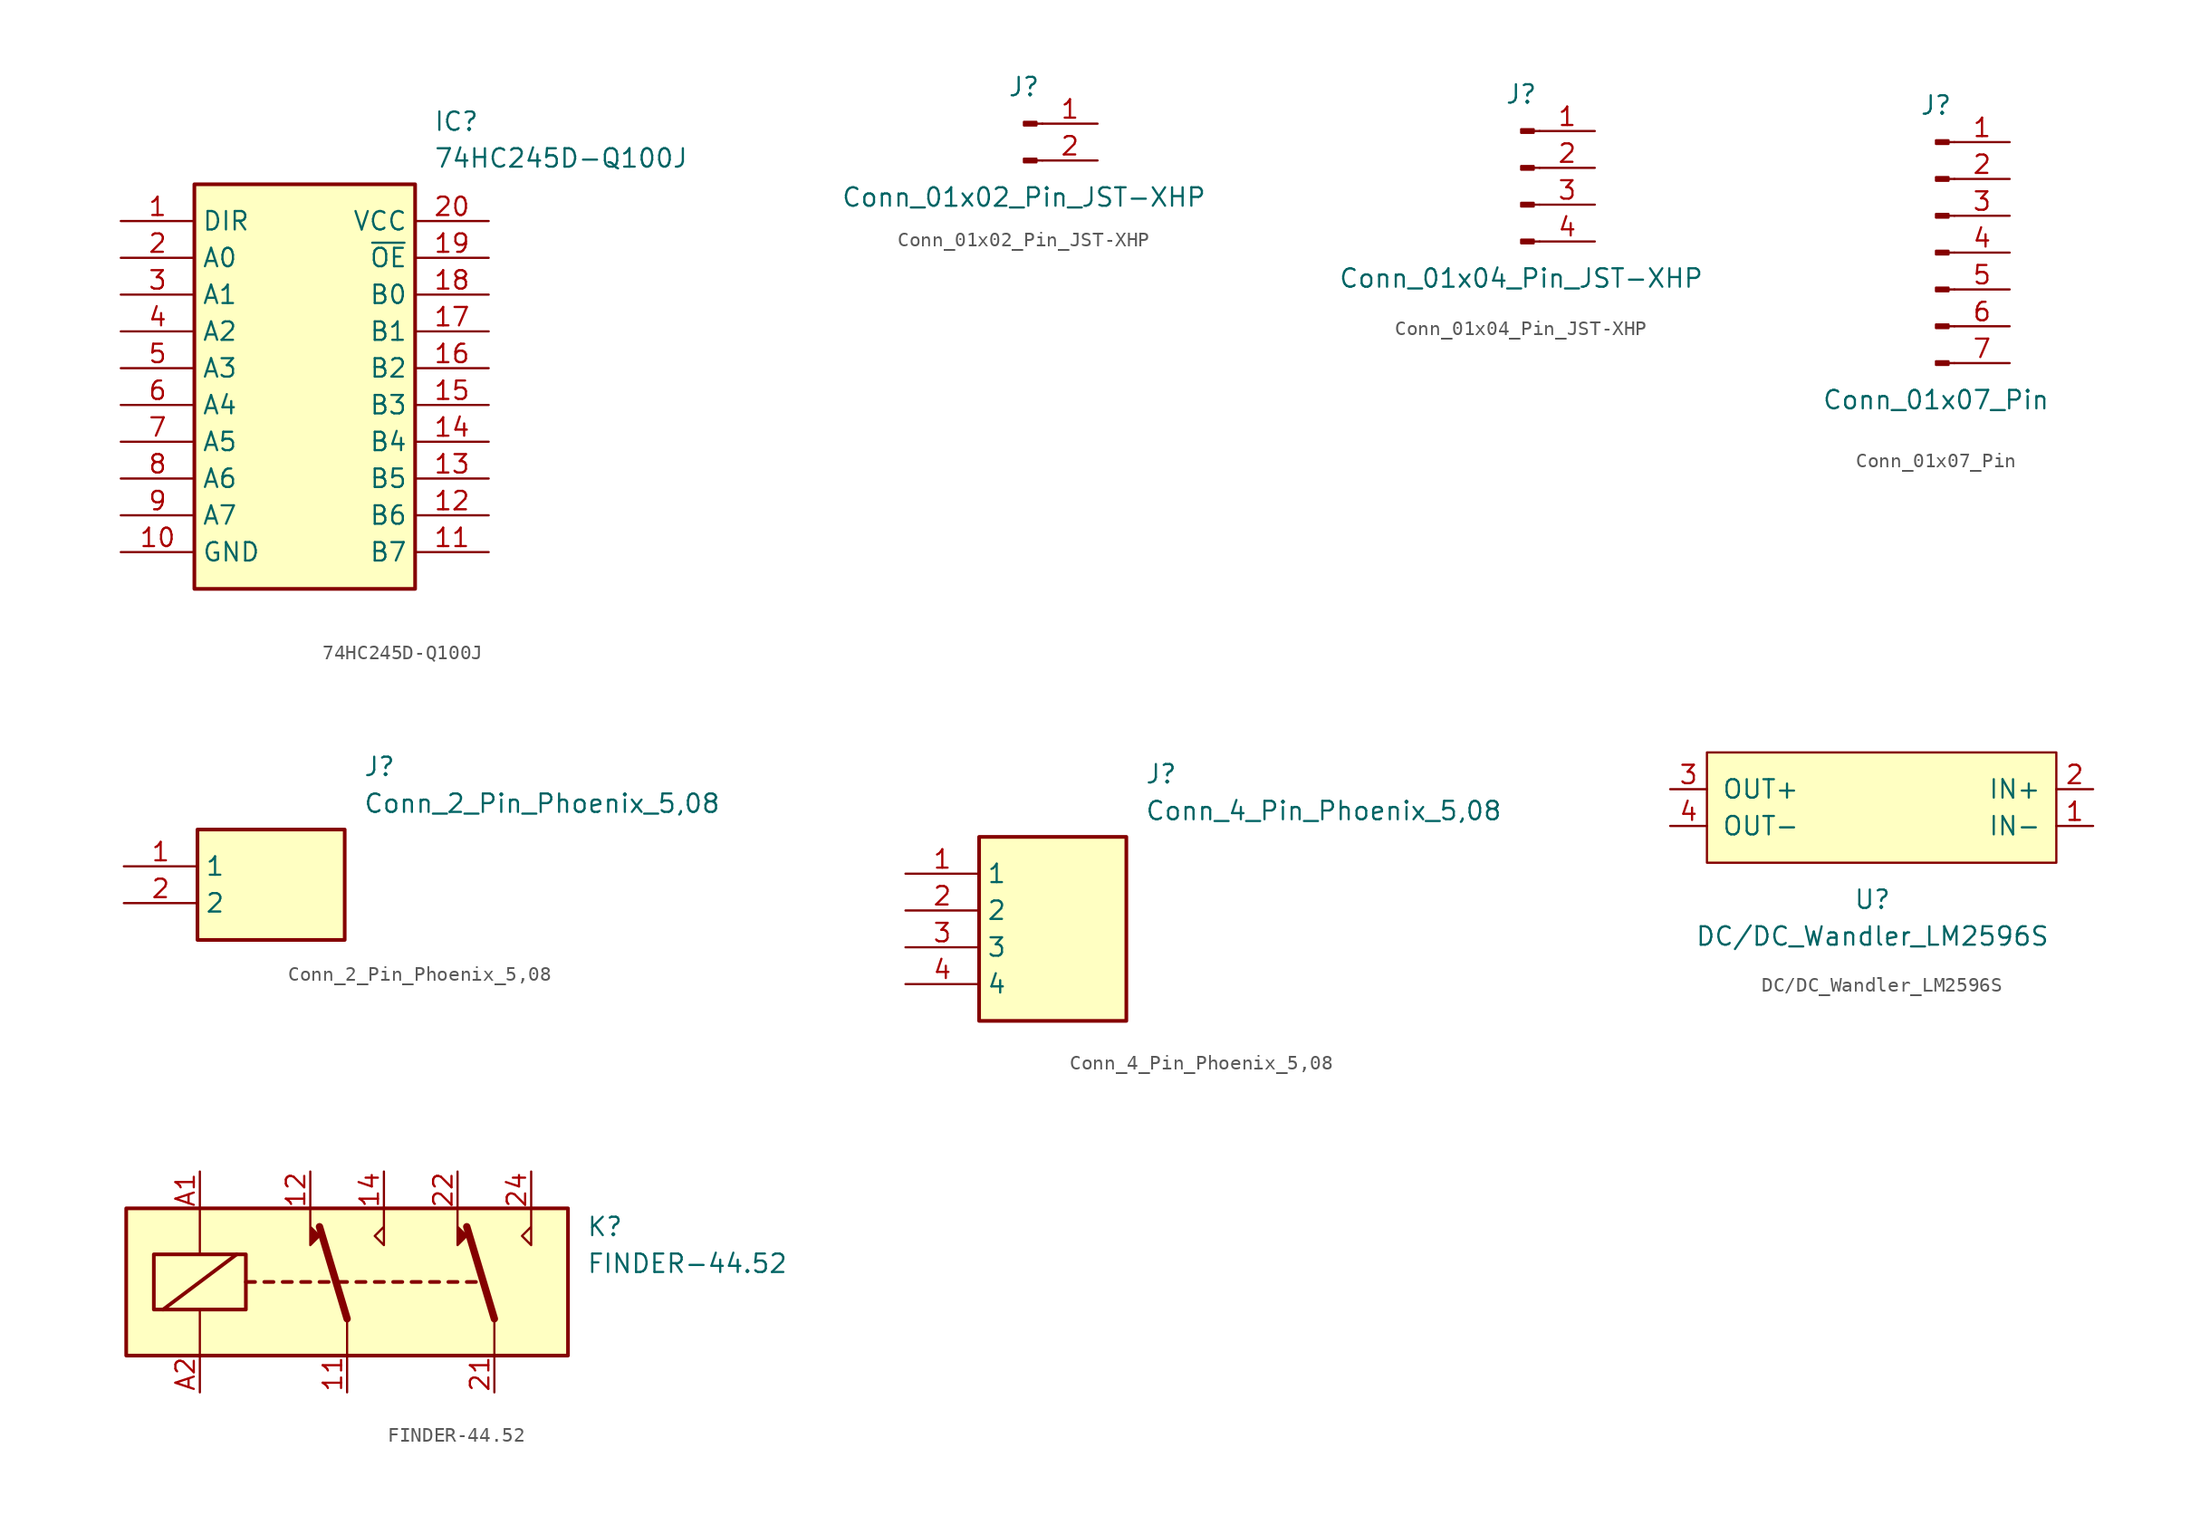
<source format=kicad_sym>
(kicad_symbol_lib
  (version 20220914)
  (generator kicad_symbol_editor)
  (symbol "74HC245D-Q100J"
    (property "Reference" "IC"
      (at 21.59 7.62 0)
      (effects (font (size 1.27 1.27)) (justify left top)))
    (property "Value" "74HC245D-Q100J"
      (at 21.59 5.08 0)
      (effects (font (size 1.27 1.27)) (justify left top)))
    (symbol "74HC245D-Q100J_1_1"
      (rectangle (start 5.08 2.54) (end 20.32 -25.4) (stroke (width 0.254) (type default)) (fill (type background)))
      (pin passive line (at 0 0 0) (length 5.08) (name "DIR" (effects (font (size 1.27 1.27)))) (number "1" (effects (font (size 1.27 1.27)))))
      (pin passive line (at 0 -22.86 0) (length 5.08) (name "GND" (effects (font (size 1.27 1.27)))) (number "10" (effects (font (size 1.27 1.27)))))
      (pin passive line (at 25.4 -22.86 180) (length 5.08) (name "B7" (effects (font (size 1.27 1.27)))) (number "11" (effects (font (size 1.27 1.27)))))
      (pin passive line (at 25.4 -20.32 180) (length 5.08) (name "B6" (effects (font (size 1.27 1.27)))) (number "12" (effects (font (size 1.27 1.27)))))
      (pin passive line (at 25.4 -17.78 180) (length 5.08) (name "B5" (effects (font (size 1.27 1.27)))) (number "13" (effects (font (size 1.27 1.27)))))
      (pin passive line (at 25.4 -15.24 180) (length 5.08) (name "B4" (effects (font (size 1.27 1.27)))) (number "14" (effects (font (size 1.27 1.27)))))
      (pin passive line (at 25.4 -12.7 180) (length 5.08) (name "B3" (effects (font (size 1.27 1.27)))) (number "15" (effects (font (size 1.27 1.27)))))
      (pin passive line (at 25.4 -10.16 180) (length 5.08) (name "B2" (effects (font (size 1.27 1.27)))) (number "16" (effects (font (size 1.27 1.27)))))
      (pin passive line (at 25.4 -7.62 180) (length 5.08) (name "B1" (effects (font (size 1.27 1.27)))) (number "17" (effects (font (size 1.27 1.27)))))
      (pin passive line (at 25.4 -5.08 180) (length 5.08) (name "B0" (effects (font (size 1.27 1.27)))) (number "18" (effects (font (size 1.27 1.27)))))
      (pin passive line (at 25.4 -2.54 180) (length 5.08) (name "~{OE}" (effects (font (size 1.27 1.27)))) (number "19" (effects (font (size 1.27 1.27)))))
      (pin passive line (at 0 -2.54 0) (length 5.08) (name "A0" (effects (font (size 1.27 1.27)))) (number "2" (effects (font (size 1.27 1.27)))))
      (pin passive line (at 25.4 0 180) (length 5.08) (name "VCC" (effects (font (size 1.27 1.27)))) (number "20" (effects (font (size 1.27 1.27)))))
      (pin passive line (at 0 -5.08 0) (length 5.08) (name "A1" (effects (font (size 1.27 1.27)))) (number "3" (effects (font (size 1.27 1.27)))))
      (pin passive line (at 0 -7.62 0) (length 5.08) (name "A2" (effects (font (size 1.27 1.27)))) (number "4" (effects (font (size 1.27 1.27)))))
      (pin passive line (at 0 -10.16 0) (length 5.08) (name "A3" (effects (font (size 1.27 1.27)))) (number "5" (effects (font (size 1.27 1.27)))))
      (pin passive line (at 0 -12.7 0) (length 5.08) (name "A4" (effects (font (size 1.27 1.27)))) (number "6" (effects (font (size 1.27 1.27)))))
      (pin passive line (at 0 -15.24 0) (length 5.08) (name "A5" (effects (font (size 1.27 1.27)))) (number "7" (effects (font (size 1.27 1.27)))))
      (pin passive line (at 0 -17.78 0) (length 5.08) (name "A6" (effects (font (size 1.27 1.27)))) (number "8" (effects (font (size 1.27 1.27)))))
      (pin passive line (at 0 -20.32 0) (length 5.08) (name "A7" (effects (font (size 1.27 1.27)))) (number "9" (effects (font (size 1.27 1.27)))))))
  (symbol "Conn_01x02_Pin_JST-XHP"
    (pin_names
      (offset 1.016) hide)
    (property "Reference" "J"
      (at 0 2.54 0)
      (effects (font (size 1.27 1.27))))
    (property "Value" "Conn_01x02_Pin_JST-XHP"
      (at 0 -5.08 0)
      (effects (font (size 1.27 1.27))))
    (symbol "Conn_01x02_Pin_JST-XHP_1_1"
      (polyline (pts (xy 1.27 -2.54) (xy 0.864 -2.54)) (stroke (width 0.152) (type default)) (fill (type none)))
      (polyline (pts (xy 1.27 0) (xy 0.864 0)) (stroke (width 0.152) (type default)) (fill (type none)))
      (rectangle (start 0.864 -2.413) (end 0 -2.667) (stroke (width 0.152) (type default)) (fill (type outline)))
      (rectangle (start 0.864 0.127) (end 0 -0.127) (stroke (width 0.152) (type default)) (fill (type outline)))
      (pin passive line (at 5.08 0 180) (length 3.81) (name "Pin_1" (effects (font (size 1.27 1.27)))) (number "1" (effects (font (size 1.27 1.27)))))
      (pin passive line (at 5.08 -2.54 180) (length 3.81) (name "Pin_2" (effects (font (size 1.27 1.27)))) (number "2" (effects (font (size 1.27 1.27)))))))
  (symbol "Conn_01x04_Pin_JST-XHP"
    (pin_names
      (offset 1.016) hide)
    (property "Reference" "J"
      (at 0 5.08 0)
      (effects (font (size 1.27 1.27))))
    (property "Value" "Conn_01x04_Pin_JST-XHP"
      (at 0 -7.62 0)
      (effects (font (size 1.27 1.27))))
    (symbol "Conn_01x04_Pin_JST-XHP_1_1"
      (polyline (pts (xy 1.27 -5.08) (xy 0.864 -5.08)) (stroke (width 0.152) (type default)) (fill (type none)))
      (polyline (pts (xy 1.27 -2.54) (xy 0.864 -2.54)) (stroke (width 0.152) (type default)) (fill (type none)))
      (polyline (pts (xy 1.27 0) (xy 0.864 0)) (stroke (width 0.152) (type default)) (fill (type none)))
      (polyline (pts (xy 1.27 2.54) (xy 0.864 2.54)) (stroke (width 0.152) (type default)) (fill (type none)))
      (rectangle (start 0.864 -4.953) (end 0 -5.207) (stroke (width 0.152) (type default)) (fill (type outline)))
      (rectangle (start 0.864 -2.413) (end 0 -2.667) (stroke (width 0.152) (type default)) (fill (type outline)))
      (rectangle (start 0.864 0.127) (end 0 -0.127) (stroke (width 0.152) (type default)) (fill (type outline)))
      (rectangle (start 0.864 2.667) (end 0 2.413) (stroke (width 0.152) (type default)) (fill (type outline)))
      (pin passive line (at 5.08 2.54 180) (length 3.81) (name "Pin_1" (effects (font (size 1.27 1.27)))) (number "1" (effects (font (size 1.27 1.27)))))
      (pin passive line (at 5.08 0 180) (length 3.81) (name "Pin_2" (effects (font (size 1.27 1.27)))) (number "2" (effects (font (size 1.27 1.27)))))
      (pin passive line (at 5.08 -2.54 180) (length 3.81) (name "Pin_3" (effects (font (size 1.27 1.27)))) (number "3" (effects (font (size 1.27 1.27)))))
      (pin passive line (at 5.08 -5.08 180) (length 3.81) (name "Pin_4" (effects (font (size 1.27 1.27)))) (number "4" (effects (font (size 1.27 1.27)))))))
  (symbol "Conn_01x07_Pin"
    (pin_names
      (offset 1.016) hide)
    (property "Reference" "J"
      (at 0 10.16 0)
      (effects (font (size 1.27 1.27))))
    (property "Value" "Conn_01x07_Pin"
      (at 0 -10.16 0)
      (effects (font (size 1.27 1.27))))
    (symbol "Conn_01x07_Pin_1_1"
      (polyline (pts (xy 1.27 -7.62) (xy 0.864 -7.62)) (stroke (width 0.152) (type default)) (fill (type none)))
      (polyline (pts (xy 1.27 -5.08) (xy 0.864 -5.08)) (stroke (width 0.152) (type default)) (fill (type none)))
      (polyline (pts (xy 1.27 -2.54) (xy 0.864 -2.54)) (stroke (width 0.152) (type default)) (fill (type none)))
      (polyline (pts (xy 1.27 0) (xy 0.864 0)) (stroke (width 0.152) (type default)) (fill (type none)))
      (polyline (pts (xy 1.27 2.54) (xy 0.864 2.54)) (stroke (width 0.152) (type default)) (fill (type none)))
      (polyline (pts (xy 1.27 5.08) (xy 0.864 5.08)) (stroke (width 0.152) (type default)) (fill (type none)))
      (polyline (pts (xy 1.27 7.62) (xy 0.864 7.62)) (stroke (width 0.152) (type default)) (fill (type none)))
      (rectangle (start 0.864 -7.493) (end 0 -7.747) (stroke (width 0.152) (type default)) (fill (type outline)))
      (rectangle (start 0.864 -4.953) (end 0 -5.207) (stroke (width 0.152) (type default)) (fill (type outline)))
      (rectangle (start 0.864 -2.413) (end 0 -2.667) (stroke (width 0.152) (type default)) (fill (type outline)))
      (rectangle (start 0.864 0.127) (end 0 -0.127) (stroke (width 0.152) (type default)) (fill (type outline)))
      (rectangle (start 0.864 2.667) (end 0 2.413) (stroke (width 0.152) (type default)) (fill (type outline)))
      (rectangle (start 0.864 5.207) (end 0 4.953) (stroke (width 0.152) (type default)) (fill (type outline)))
      (rectangle (start 0.864 7.747) (end 0 7.493) (stroke (width 0.152) (type default)) (fill (type outline)))
      (pin passive line (at 5.08 7.62 180) (length 3.81) (name "Pin_1" (effects (font (size 1.27 1.27)))) (number "1" (effects (font (size 1.27 1.27)))))
      (pin passive line (at 5.08 5.08 180) (length 3.81) (name "Pin_2" (effects (font (size 1.27 1.27)))) (number "2" (effects (font (size 1.27 1.27)))))
      (pin passive line (at 5.08 2.54 180) (length 3.81) (name "Pin_3" (effects (font (size 1.27 1.27)))) (number "3" (effects (font (size 1.27 1.27)))))
      (pin passive line (at 5.08 0 180) (length 3.81) (name "Pin_4" (effects (font (size 1.27 1.27)))) (number "4" (effects (font (size 1.27 1.27)))))
      (pin passive line (at 5.08 -2.54 180) (length 3.81) (name "Pin_5" (effects (font (size 1.27 1.27)))) (number "5" (effects (font (size 1.27 1.27)))))
      (pin passive line (at 5.08 -5.08 180) (length 3.81) (name "Pin_6" (effects (font (size 1.27 1.27)))) (number "6" (effects (font (size 1.27 1.27)))))
      (pin passive line (at 5.08 -7.62 180) (length 3.81) (name "Pin_7" (effects (font (size 1.27 1.27)))) (number "7" (effects (font (size 1.27 1.27)))))))
  (symbol "Conn_2_Pin_Phoenix_5,08"
    (property "Reference" "J"
      (at 16.51 7.62 0)
      (effects (font (size 1.27 1.27)) (justify left top)))
    (property "Value" "Conn_2_Pin_Phoenix_5,08"
      (at 16.51 5.08 0)
      (effects (font (size 1.27 1.27)) (justify left top)))
    (symbol "Conn_2_Pin_Phoenix_5,08_1_1"
      (rectangle (start 5.08 2.54) (end 15.24 -5.08) (stroke (width 0.254) (type default)) (fill (type background)))
      (pin passive line (at 0 0 0) (length 5.08) (name "1" (effects (font (size 1.27 1.27)))) (number "1" (effects (font (size 1.27 1.27)))))
      (pin passive line (at 0 -2.54 0) (length 5.08) (name "2" (effects (font (size 1.27 1.27)))) (number "2" (effects (font (size 1.27 1.27)))))))
  (symbol "Conn_4_Pin_Phoenix_5,08"
    (property "Reference" "J"
      (at 16.51 7.62 0)
      (effects (font (size 1.27 1.27)) (justify left top)))
    (property "Value" "Conn_4_Pin_Phoenix_5,08"
      (at 16.51 5.08 0)
      (effects (font (size 1.27 1.27)) (justify left top)))
    (symbol "Conn_4_Pin_Phoenix_5,08_1_1"
      (rectangle (start 5.08 2.54) (end 15.24 -10.16) (stroke (width 0.254) (type default)) (fill (type background)))
      (pin passive line (at 0 0 0) (length 5.08) (name "1" (effects (font (size 1.27 1.27)))) (number "1" (effects (font (size 1.27 1.27)))))
      (pin passive line (at 0 -2.54 0) (length 5.08) (name "2" (effects (font (size 1.27 1.27)))) (number "2" (effects (font (size 1.27 1.27)))))
      (pin passive line (at 0 -5.08 0) (length 5.08) (name "3" (effects (font (size 1.27 1.27)))) (number "3" (effects (font (size 1.27 1.27)))))
      (pin passive line (at 0 -7.62 0) (length 5.08) (name "4" (effects (font (size 1.27 1.27)))) (number "4" (effects (font (size 1.27 1.27)))))))
  (symbol "DC/DC_Wandler_LM2596S"
    (pin_names
      (offset 1.016))
    (property "Reference" "U"
      (at 0 0 0)
      (effects (font (size 1.27 1.27))))
    (property "Value" "DC/DC_Wandler_LM2596S"
      (at 0 -2.54 0)
      (effects (font (size 1.27 1.27))))
    (symbol "DC/DC_Wandler_LM2596S_1_1"
      (rectangle (start -11.43 10.16) (end 12.7 2.54) (stroke (width 0) (type solid)) (fill (type background)))
      (pin power_in line (at 15.24 5.08 180) (length 2.54) (name "IN-" (effects (font (size 1.27 1.27)))) (number "1" (effects (font (size 1.27 1.27)))))
      (pin power_in line (at 15.24 7.62 180) (length 2.54) (name "IN+" (effects (font (size 1.27 1.27)))) (number "2" (effects (font (size 1.27 1.27)))))
      (pin power_out line (at -13.97 7.62 0) (length 2.54) (name "OUT+" (effects (font (size 1.27 1.27)))) (number "3" (effects (font (size 1.27 1.27)))))
      (pin power_out line (at -13.97 5.08 0) (length 2.54) (name "OUT-" (effects (font (size 1.27 1.27)))) (number "4" (effects (font (size 1.27 1.27)))))))
  (symbol "FINDER-44.52"
    (property "Reference" "K"
      (at 16.51 3.81 0)
      (effects (font (size 1.27 1.27)) (justify left)))
    (property "Value" "FINDER-44.52"
      (at 16.51 1.27 0)
      (effects (font (size 1.27 1.27)) (justify left)))
    (symbol "FINDER-44.52_0_1"
      (rectangle (start -15.24 5.08) (end 15.24 -5.08) (stroke (width 0.254) (type default)) (fill (type background)))
      (rectangle (start -13.335 1.905) (end -6.985 -1.905) (stroke (width 0.254) (type default)) (fill (type none)))
      (polyline (pts (xy -12.7 -1.905) (xy -7.62 1.905)) (stroke (width 0.254) (type default)) (fill (type none)))
      (polyline (pts (xy -10.16 -5.08) (xy -10.16 -1.905)) (stroke (width 0) (type default)) (fill (type none)))
      (polyline (pts (xy -10.16 5.08) (xy -10.16 1.905)) (stroke (width 0) (type default)) (fill (type none)))
      (polyline (pts (xy -6.985 0) (xy -6.35 0)) (stroke (width 0.254) (type default)) (fill (type none)))
      (polyline (pts (xy -5.715 0) (xy -5.08 0)) (stroke (width 0.254) (type default)) (fill (type none)))
      (polyline (pts (xy -4.445 0) (xy -3.81 0)) (stroke (width 0.254) (type default)) (fill (type none)))
      (polyline (pts (xy -3.175 0) (xy -2.54 0)) (stroke (width 0.254) (type default)) (fill (type none)))
      (polyline (pts (xy -1.905 0) (xy -1.27 0)) (stroke (width 0.254) (type default)) (fill (type none)))
      (polyline (pts (xy -0.635 0) (xy 0 0)) (stroke (width 0.254) (type default)) (fill (type none)))
      (polyline (pts (xy 0 -2.54) (xy -1.905 3.81)) (stroke (width 0.508) (type default)) (fill (type none)))
      (polyline (pts (xy 0 -2.54) (xy 0 -5.08)) (stroke (width 0) (type default)) (fill (type none)))
      (polyline (pts (xy 0.635 0) (xy 1.27 0)) (stroke (width 0.254) (type default)) (fill (type none)))
      (polyline (pts (xy 1.905 0) (xy 2.54 0)) (stroke (width 0.254) (type default)) (fill (type none)))
      (polyline (pts (xy 3.175 0) (xy 3.81 0)) (stroke (width 0.254) (type default)) (fill (type none)))
      (polyline (pts (xy 4.445 0) (xy 5.08 0)) (stroke (width 0.254) (type default)) (fill (type none)))
      (polyline (pts (xy 5.715 0) (xy 6.35 0)) (stroke (width 0.254) (type default)) (fill (type none)))
      (polyline (pts (xy 6.985 0) (xy 7.62 0)) (stroke (width 0.254) (type default)) (fill (type none)))
      (polyline (pts (xy 8.255 0) (xy 8.89 0)) (stroke (width 0.254) (type default)) (fill (type none)))
      (polyline (pts (xy 10.16 -2.54) (xy 8.255 3.81)) (stroke (width 0.508) (type default)) (fill (type none)))
      (polyline (pts (xy 10.16 -2.54) (xy 10.16 -5.08)) (stroke (width 0) (type default)) (fill (type none)))
      (polyline (pts (xy -2.54 5.08) (xy -2.54 2.54) (xy -1.905 3.175) (xy -2.54 3.81)) (stroke (width 0) (type default)) (fill (type outline)))
      (polyline (pts (xy 2.54 5.08) (xy 2.54 2.54) (xy 1.905 3.175) (xy 2.54 3.81)) (stroke (width 0) (type default)) (fill (type none)))
      (polyline (pts (xy 7.62 5.08) (xy 7.62 2.54) (xy 8.255 3.175) (xy 7.62 3.81)) (stroke (width 0) (type default)) (fill (type outline)))
      (polyline (pts (xy 12.7 5.08) (xy 12.7 2.54) (xy 12.065 3.175) (xy 12.7 3.81)) (stroke (width 0) (type default)) (fill (type none))))
    (symbol "FINDER-44.52_1_1"
      (pin passive line (at 0 -7.62 90) (length 2.54) (name "~" (effects (font (size 1.27 1.27)))) (number "11" (effects (font (size 1.27 1.27)))))
      (pin passive line (at -2.54 7.62 270) (length 2.54) (name "~" (effects (font (size 1.27 1.27)))) (number "12" (effects (font (size 1.27 1.27)))))
      (pin passive line (at 2.54 7.62 270) (length 2.54) (name "~" (effects (font (size 1.27 1.27)))) (number "14" (effects (font (size 1.27 1.27)))))
      (pin passive line (at 10.16 -7.62 90) (length 2.54) (name "~" (effects (font (size 1.27 1.27)))) (number "21" (effects (font (size 1.27 1.27)))))
      (pin passive line (at 7.62 7.62 270) (length 2.54) (name "~" (effects (font (size 1.27 1.27)))) (number "22" (effects (font (size 1.27 1.27)))))
      (pin passive line (at 12.7 7.62 270) (length 2.54) (name "~" (effects (font (size 1.27 1.27)))) (number "24" (effects (font (size 1.27 1.27)))))
      (pin passive line (at -10.16 7.62 270) (length 2.54) (name "~" (effects (font (size 1.27 1.27)))) (number "A1" (effects (font (size 1.27 1.27)))))
      (pin passive line (at -10.16 -7.62 90) (length 2.54) (name "~" (effects (font (size 1.27 1.27)))) (number "A2" (effects (font (size 1.27 1.27))))))))
</source>
